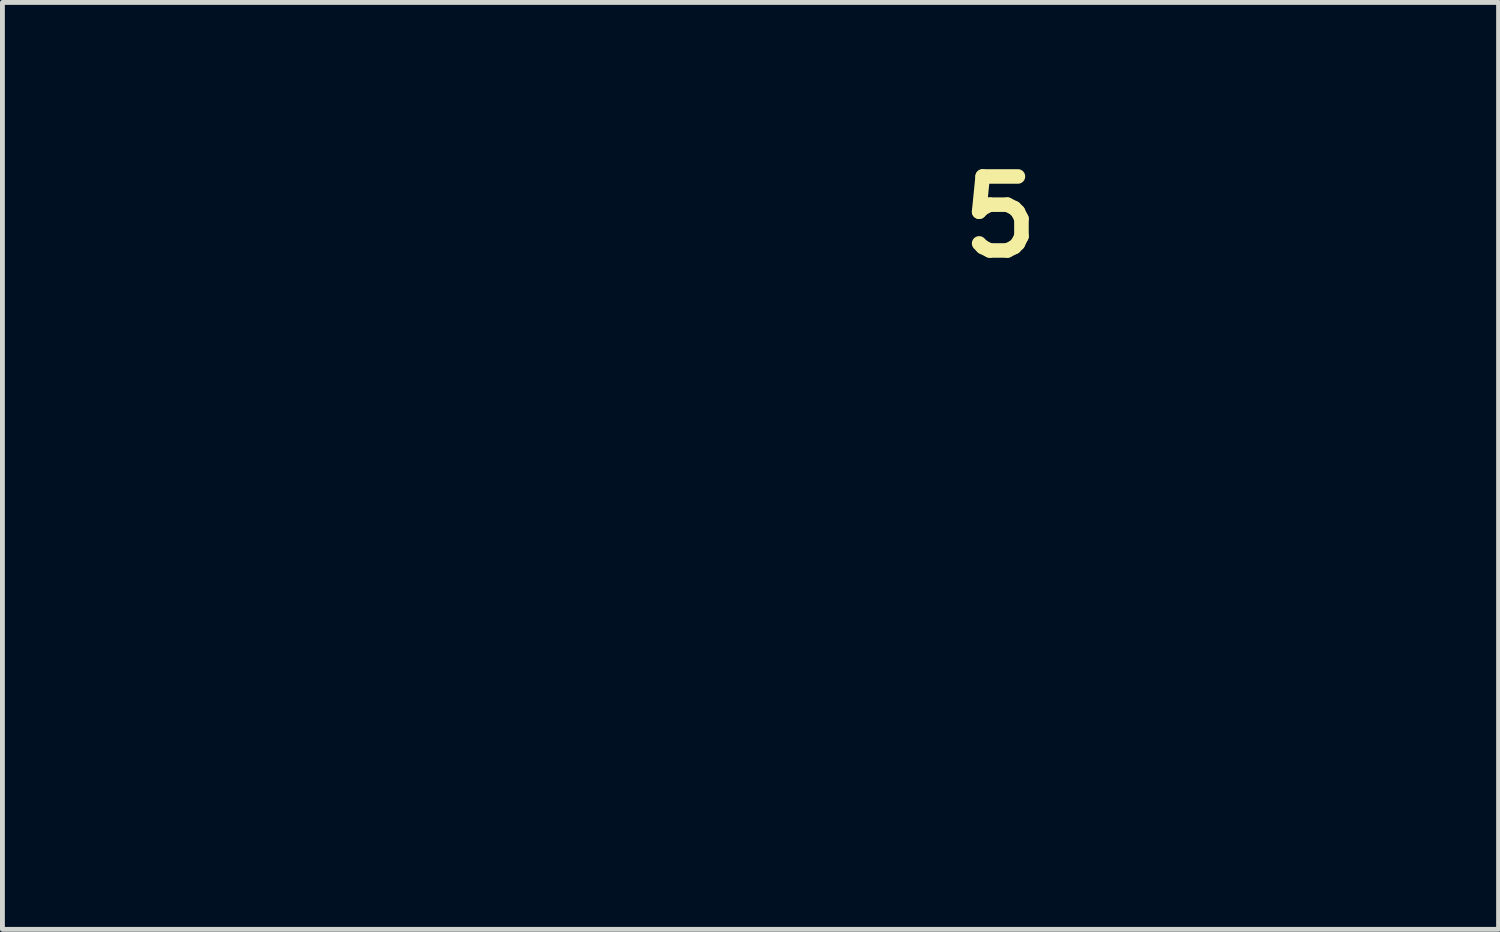
<source format=kicad_pcb>
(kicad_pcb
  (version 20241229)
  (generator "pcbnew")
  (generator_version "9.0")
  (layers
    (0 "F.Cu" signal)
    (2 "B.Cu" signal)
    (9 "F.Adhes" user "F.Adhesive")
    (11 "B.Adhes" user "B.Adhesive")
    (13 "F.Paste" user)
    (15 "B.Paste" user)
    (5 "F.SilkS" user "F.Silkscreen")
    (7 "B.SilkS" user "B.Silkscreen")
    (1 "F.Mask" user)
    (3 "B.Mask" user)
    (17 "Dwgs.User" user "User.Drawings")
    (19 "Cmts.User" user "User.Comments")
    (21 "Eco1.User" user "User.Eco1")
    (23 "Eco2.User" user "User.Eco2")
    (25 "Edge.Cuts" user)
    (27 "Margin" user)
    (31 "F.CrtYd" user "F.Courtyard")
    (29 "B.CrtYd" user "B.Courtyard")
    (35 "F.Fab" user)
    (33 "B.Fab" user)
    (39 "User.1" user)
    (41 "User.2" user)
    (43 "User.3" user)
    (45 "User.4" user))
  (footprint "5"
    (layer "F.Cu")
    (at 17.547 1.418)
    (property "Reference" "5" (at 0 0 0) (layer "F.SilkS") (effects (font (size 1.524 1.524) (thickness 0.3))))
    (attr board_only exclude_from_pos_files exclude_from_bom)
    (fp_poly (pts (xy -17.211 9.422) (xy -17.007 9.473) (xy -16.811 9.517) (xy -16.685 9.542) (xy -16.552 9.584) (xy -16.464 9.668) (xy -16.406 9.818) (xy -16.38 9.933) (xy -16.355 10.028) (xy -16.307 10.19) (xy -16.243 10.394) (xy -16.203 10.516) (xy -16.139 10.716) (xy -16.092 10.879) (xy -16.068 10.981) (xy -16.067 11.005) (xy -16.114 10.989) (xy -16.222 10.928) (xy -16.368 10.835) (xy -16.392 10.819) (xy -16.783 10.499) (xy -17.117 10.101) (xy -17.35 9.714) (xy -17.547 9.333)) (stroke (width 0) (type solid)) (fill yes) (layer "F.Mask"))
    (fp_poly (pts (xy 7.23 5.796) (xy 7.155 6.195) (xy 7.013 6.629) (xy 6.815 7.072) (xy 6.573 7.497) (xy 6.343 7.823) (xy 6.211 7.991) (xy 6.159 7.79) (xy 6.099 7.533) (xy 6.046 7.246) (xy 6.001 6.948) (xy 5.966 6.657) (xy 5.943 6.391) (xy 5.935 6.169) (xy 5.942 6.009) (xy 5.967 5.928) (xy 6.042 5.883) (xy 6.187 5.818) (xy 6.376 5.742) (xy 6.584 5.665) (xy 6.784 5.597) (xy 6.95 5.547) (xy 7.043 5.527) (xy 7.26 5.496)) (stroke (width 0) (type solid)) (fill yes) (layer "F.Mask"))
    (fp_poly (pts (xy -11.357 8.742) (xy -11.348 8.809) (xy -11.358 8.949) (xy -11.365 9.024) (xy -11.448 9.47) (xy -11.606 9.898) (xy -11.757 10.173) (xy -11.873 10.334) (xy -11.965 10.406) (xy -12.044 10.395) (xy -12.122 10.307) (xy -12.236 10.079) (xy -12.338 9.768) (xy -12.421 9.394) (xy -12.43 9.343) (xy -12.437 9.272) (xy -12.421 9.217) (xy -12.366 9.165) (xy -12.255 9.101) (xy -12.073 9.012) (xy -12.015 8.985) (xy -11.811 8.89) (xy -11.629 8.81) (xy -11.496 8.755) (xy -11.455 8.741) (xy -11.39 8.726)) (stroke (width 0) (type solid)) (fill yes) (layer "F.Mask"))
    (fp_poly (pts (xy 1.575 6.738) (xy 1.595 6.915) (xy 1.626 7.153) (xy 1.664 7.429) (xy 1.706 7.717) (xy 1.748 7.993) (xy 1.786 8.23) (xy 1.816 8.404) (xy 1.827 8.454) (xy 1.837 8.522) (xy 1.821 8.553) (xy 1.763 8.545) (xy 1.65 8.495) (xy 1.465 8.4) (xy 1.425 8.378) (xy 1.205 8.242) (xy 0.972 8.062) (xy 0.737 7.854) (xy 0.517 7.633) (xy 0.324 7.414) (xy 0.172 7.211) (xy 0.077 7.038) (xy 0.05 6.929) (xy 0.086 6.819) (xy 0.181 6.675) (xy 0.247 6.599) (xy 0.443 6.388) (xy 1.542 6.388)) (stroke (width 0) (type solid)) (fill yes) (layer "F.Mask"))
    (fp_poly (pts (xy 3.424 7.054) (xy 3.468 7.368) (xy 3.521 7.706) (xy 3.576 8.024) (xy 3.625 8.266) (xy 3.679 8.542) (xy 3.704 8.729) (xy 3.699 8.834) (xy 3.689 8.855) (xy 3.595 8.901) (xy 3.437 8.912) (xy 3.246 8.889) (xy 3.08 8.843) (xy 2.93 8.775) (xy 2.808 8.696) (xy 2.792 8.681) (xy 2.718 8.565) (xy 2.639 8.369) (xy 2.559 8.11) (xy 2.483 7.808) (xy 2.415 7.481) (xy 2.36 7.148) (xy 2.323 6.828) (xy 2.322 6.826) (xy 2.287 6.413) (xy 2.631 6.41) (xy 2.839 6.405) (xy 3.034 6.397) (xy 3.157 6.388) (xy 3.339 6.368)) (stroke (width 0) (type solid)) (fill yes) (layer "F.Mask"))
    (fp_poly (pts (xy -15.253 9.611) (xy -15.068 9.623) (xy -14.923 9.641) (xy -14.848 9.659) (xy -14.844 9.661) (xy -14.818 9.718) (xy -14.768 9.853) (xy -14.698 10.05) (xy -14.615 10.294) (xy -14.55 10.49) (xy -14.458 10.765) (xy -14.372 11.014) (xy -14.298 11.219) (xy -14.244 11.361) (xy -14.223 11.41) (xy -14.183 11.526) (xy -14.184 11.604) (xy -14.25 11.65) (xy -14.382 11.668) (xy -14.55 11.656) (xy -14.723 11.613) (xy -14.725 11.613) (xy -14.874 11.54) (xy -14.986 11.459) (xy -15.051 11.364) (xy -15.134 11.187) (xy -15.229 10.943) (xy -15.331 10.649) (xy -15.433 10.32) (xy -15.531 9.972) (xy -15.539 9.944) (xy -15.631 9.593)) (stroke (width 0) (type solid)) (fill yes) (layer "F.Mask"))
    (fp_poly (pts (xy -13.246 9.467) (xy -13.176 9.609) (xy -13.089 9.839) (xy -13.04 9.983) (xy -12.954 10.24) (xy -12.867 10.494) (xy -12.79 10.712) (xy -12.746 10.833) (xy -12.684 11.021) (xy -12.679 11.148) (xy -12.742 11.245) (xy -12.884 11.338) (xy -12.957 11.376) (xy -13.125 11.45) (xy -13.24 11.463) (xy -13.329 11.411) (xy -13.391 11.335) (xy -13.463 11.21) (xy -13.552 11.026) (xy -13.643 10.817) (xy -13.72 10.619) (xy -13.768 10.467) (xy -13.773 10.447) (xy -13.799 10.341) (xy -13.842 10.184) (xy -13.868 10.095) (xy -13.917 9.914) (xy -13.956 9.745) (xy -13.967 9.686) (xy -13.99 9.527) (xy -13.678 9.473) (xy -13.503 9.444) (xy -13.363 9.425) (xy -13.296 9.419)) (stroke (width 0) (type solid)) (fill yes) (layer "F.Mask"))
    (fp_poly (pts (xy 5.05 6.156) (xy 5.099 6.2) (xy 5.134 6.292) (xy 5.162 6.446) (xy 5.19 6.673) (xy 5.227 6.986) (xy 5.228 6.989) (xy 5.267 7.278) (xy 5.314 7.574) (xy 5.363 7.839) (xy 5.404 8.024) (xy 5.449 8.212) (xy 5.483 8.364) (xy 5.499 8.453) (xy 5.5 8.461) (xy 5.456 8.516) (xy 5.342 8.584) (xy 5.185 8.653) (xy 5.012 8.713) (xy 4.849 8.751) (xy 4.818 8.755) (xy 4.683 8.764) (xy 4.607 8.736) (xy 4.551 8.65) (xy 4.532 8.61) (xy 4.453 8.399) (xy 4.375 8.113) (xy 4.301 7.779) (xy 4.237 7.423) (xy 4.188 7.069) (xy 4.158 6.745) (xy 4.151 6.551) (xy 4.15 6.447) (xy 4.159 6.374) (xy 4.195 6.325) (xy 4.273 6.289) (xy 4.409 6.256) (xy 4.62 6.216) (xy 4.738 6.194) (xy 4.877 6.166) (xy 4.979 6.149)) (stroke (width 0) (type solid)) (fill yes) (layer "F.Mask")))
  (gr_rect
    (start -3 -3)
    (end 27.807 16.086)
    (stroke (width 0.1) (type default))
    (fill no)
    (layer "Edge.Cuts")))
</source>
